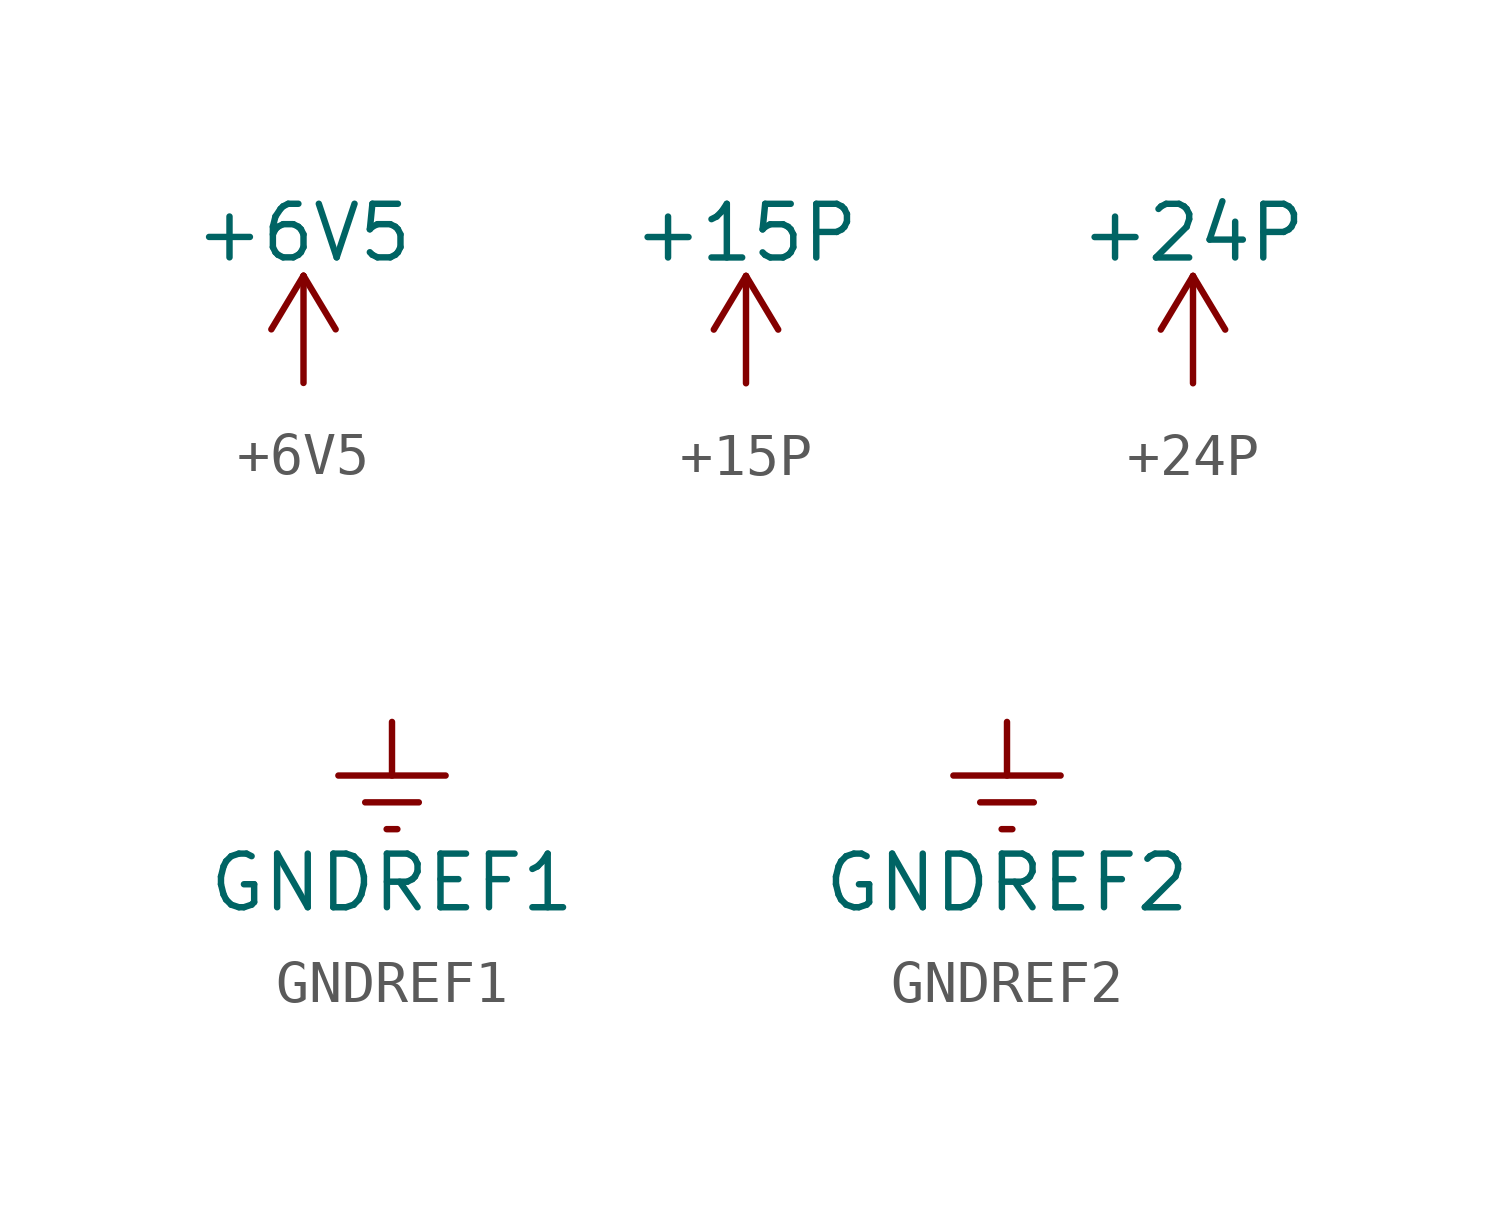
<source format=kicad_sym>
(kicad_symbol_lib
  (version 20220914)
  (generator kicad_symbol_editor)
  (symbol "+6V5"
    (power)
    (pin_names
      (offset 0))
    (property "Reference" "#PWR"
      (at 0 -3.81 0)
      (effects (font (size 1.27 1.27)) hide))
    (property "Value" "+6V5"
      (at 0 3.556 0)
      (effects (font (size 1.27 1.27))))
    (symbol "+6V5_0_1"
      (polyline (pts (xy -0.762 1.27) (xy 0 2.54)) (stroke (width 0) (type solid)) (fill (type none)))
      (polyline (pts (xy 0 0) (xy 0 2.54)) (stroke (width 0) (type solid)) (fill (type none)))
      (polyline (pts (xy 0 2.54) (xy 0.762 1.27)) (stroke (width 0) (type solid)) (fill (type none))))
    (symbol "+6V5_1_1"
      (pin power_in line (at 0 0 90) (length 0) hide (name "+6V5" (effects (font (size 1.27 1.27)))) (number "1" (effects (font (size 1.27 1.27)))))))
  (symbol "+15P"
    (power)
    (pin_names
      (offset 0))
    (property "Reference" "#PWR"
      (at 0 -3.81 0)
      (effects (font (size 1.27 1.27)) hide))
    (property "Value" "+15P"
      (at 0 3.556 0)
      (effects (font (size 1.27 1.27))))
    (symbol "+15P_0_1"
      (polyline (pts (xy -0.762 1.27) (xy 0 2.54)) (stroke (width 0) (type solid)) (fill (type none)))
      (polyline (pts (xy 0 0) (xy 0 2.54)) (stroke (width 0) (type solid)) (fill (type none)))
      (polyline (pts (xy 0 2.54) (xy 0.762 1.27)) (stroke (width 0) (type solid)) (fill (type none))))
    (symbol "+15P_1_1"
      (pin power_in line (at 0 0 90) (length 0) hide (name "+15P" (effects (font (size 1.27 1.27)))) (number "1" (effects (font (size 1.27 1.27)))))))
  (symbol "+24P"
    (power)
    (pin_names
      (offset 0))
    (property "Reference" "#PWR"
      (at 0 -3.81 0)
      (effects (font (size 1.27 1.27)) hide))
    (property "Value" "+24P"
      (at 0 3.556 0)
      (effects (font (size 1.27 1.27))))
    (symbol "+24P_0_1"
      (polyline (pts (xy -0.762 1.27) (xy 0 2.54)) (stroke (width 0) (type solid)) (fill (type none)))
      (polyline (pts (xy 0 0) (xy 0 2.54)) (stroke (width 0) (type solid)) (fill (type none)))
      (polyline (pts (xy 0 2.54) (xy 0.762 1.27)) (stroke (width 0) (type solid)) (fill (type none))))
    (symbol "+24P_1_1"
      (pin power_in line (at 0 0 90) (length 0) hide (name "+24P" (effects (font (size 1.27 1.27)))) (number "1" (effects (font (size 1.27 1.27)))))))
  (symbol "GNDREF1"
    (power)
    (pin_names
      (offset 0))
    (property "Reference" "#PWR"
      (at 0 -6.35 0)
      (effects (font (size 1.27 1.27)) hide))
    (property "Value" "GNDREF1"
      (at 0 -3.81 0)
      (effects (font (size 1.27 1.27))))
    (symbol "GNDREF1_0_1"
      (polyline (pts (xy -0.635 -1.905) (xy 0.635 -1.905)) (stroke (width 0) (type solid)) (fill (type none)))
      (polyline (pts (xy -0.127 -2.54) (xy 0.127 -2.54)) (stroke (width 0) (type solid)) (fill (type none)))
      (polyline (pts (xy 0 -1.27) (xy 0 0)) (stroke (width 0) (type solid)) (fill (type none)))
      (polyline (pts (xy 1.27 -1.27) (xy -1.27 -1.27)) (stroke (width 0) (type solid)) (fill (type none))))
    (symbol "GNDREF1_1_1"
      (pin power_in line (at 0 0 270) (length 0) hide (name "GNDREF1" (effects (font (size 1.27 1.27)))) (number "1" (effects (font (size 1.27 1.27)))))))
  (symbol "GNDREF2"
    (power)
    (pin_names
      (offset 0))
    (property "Reference" "#PWR"
      (at 0 -6.35 0)
      (effects (font (size 1.27 1.27)) hide))
    (property "Value" "GNDREF2"
      (at 0 -3.81 0)
      (effects (font (size 1.27 1.27))))
    (symbol "GNDREF2_0_1"
      (polyline (pts (xy -0.635 -1.905) (xy 0.635 -1.905)) (stroke (width 0) (type solid)) (fill (type none)))
      (polyline (pts (xy -0.127 -2.54) (xy 0.127 -2.54)) (stroke (width 0) (type solid)) (fill (type none)))
      (polyline (pts (xy 0 -1.27) (xy 0 0)) (stroke (width 0) (type solid)) (fill (type none)))
      (polyline (pts (xy 1.27 -1.27) (xy -1.27 -1.27)) (stroke (width 0) (type solid)) (fill (type none))))
    (symbol "GNDREF2_1_1"
      (pin power_in line (at 0 0 270) (length 0) hide (name "GNDREF2" (effects (font (size 1.27 1.27)))) (number "1" (effects (font (size 1.27 1.27))))))))
</source>
